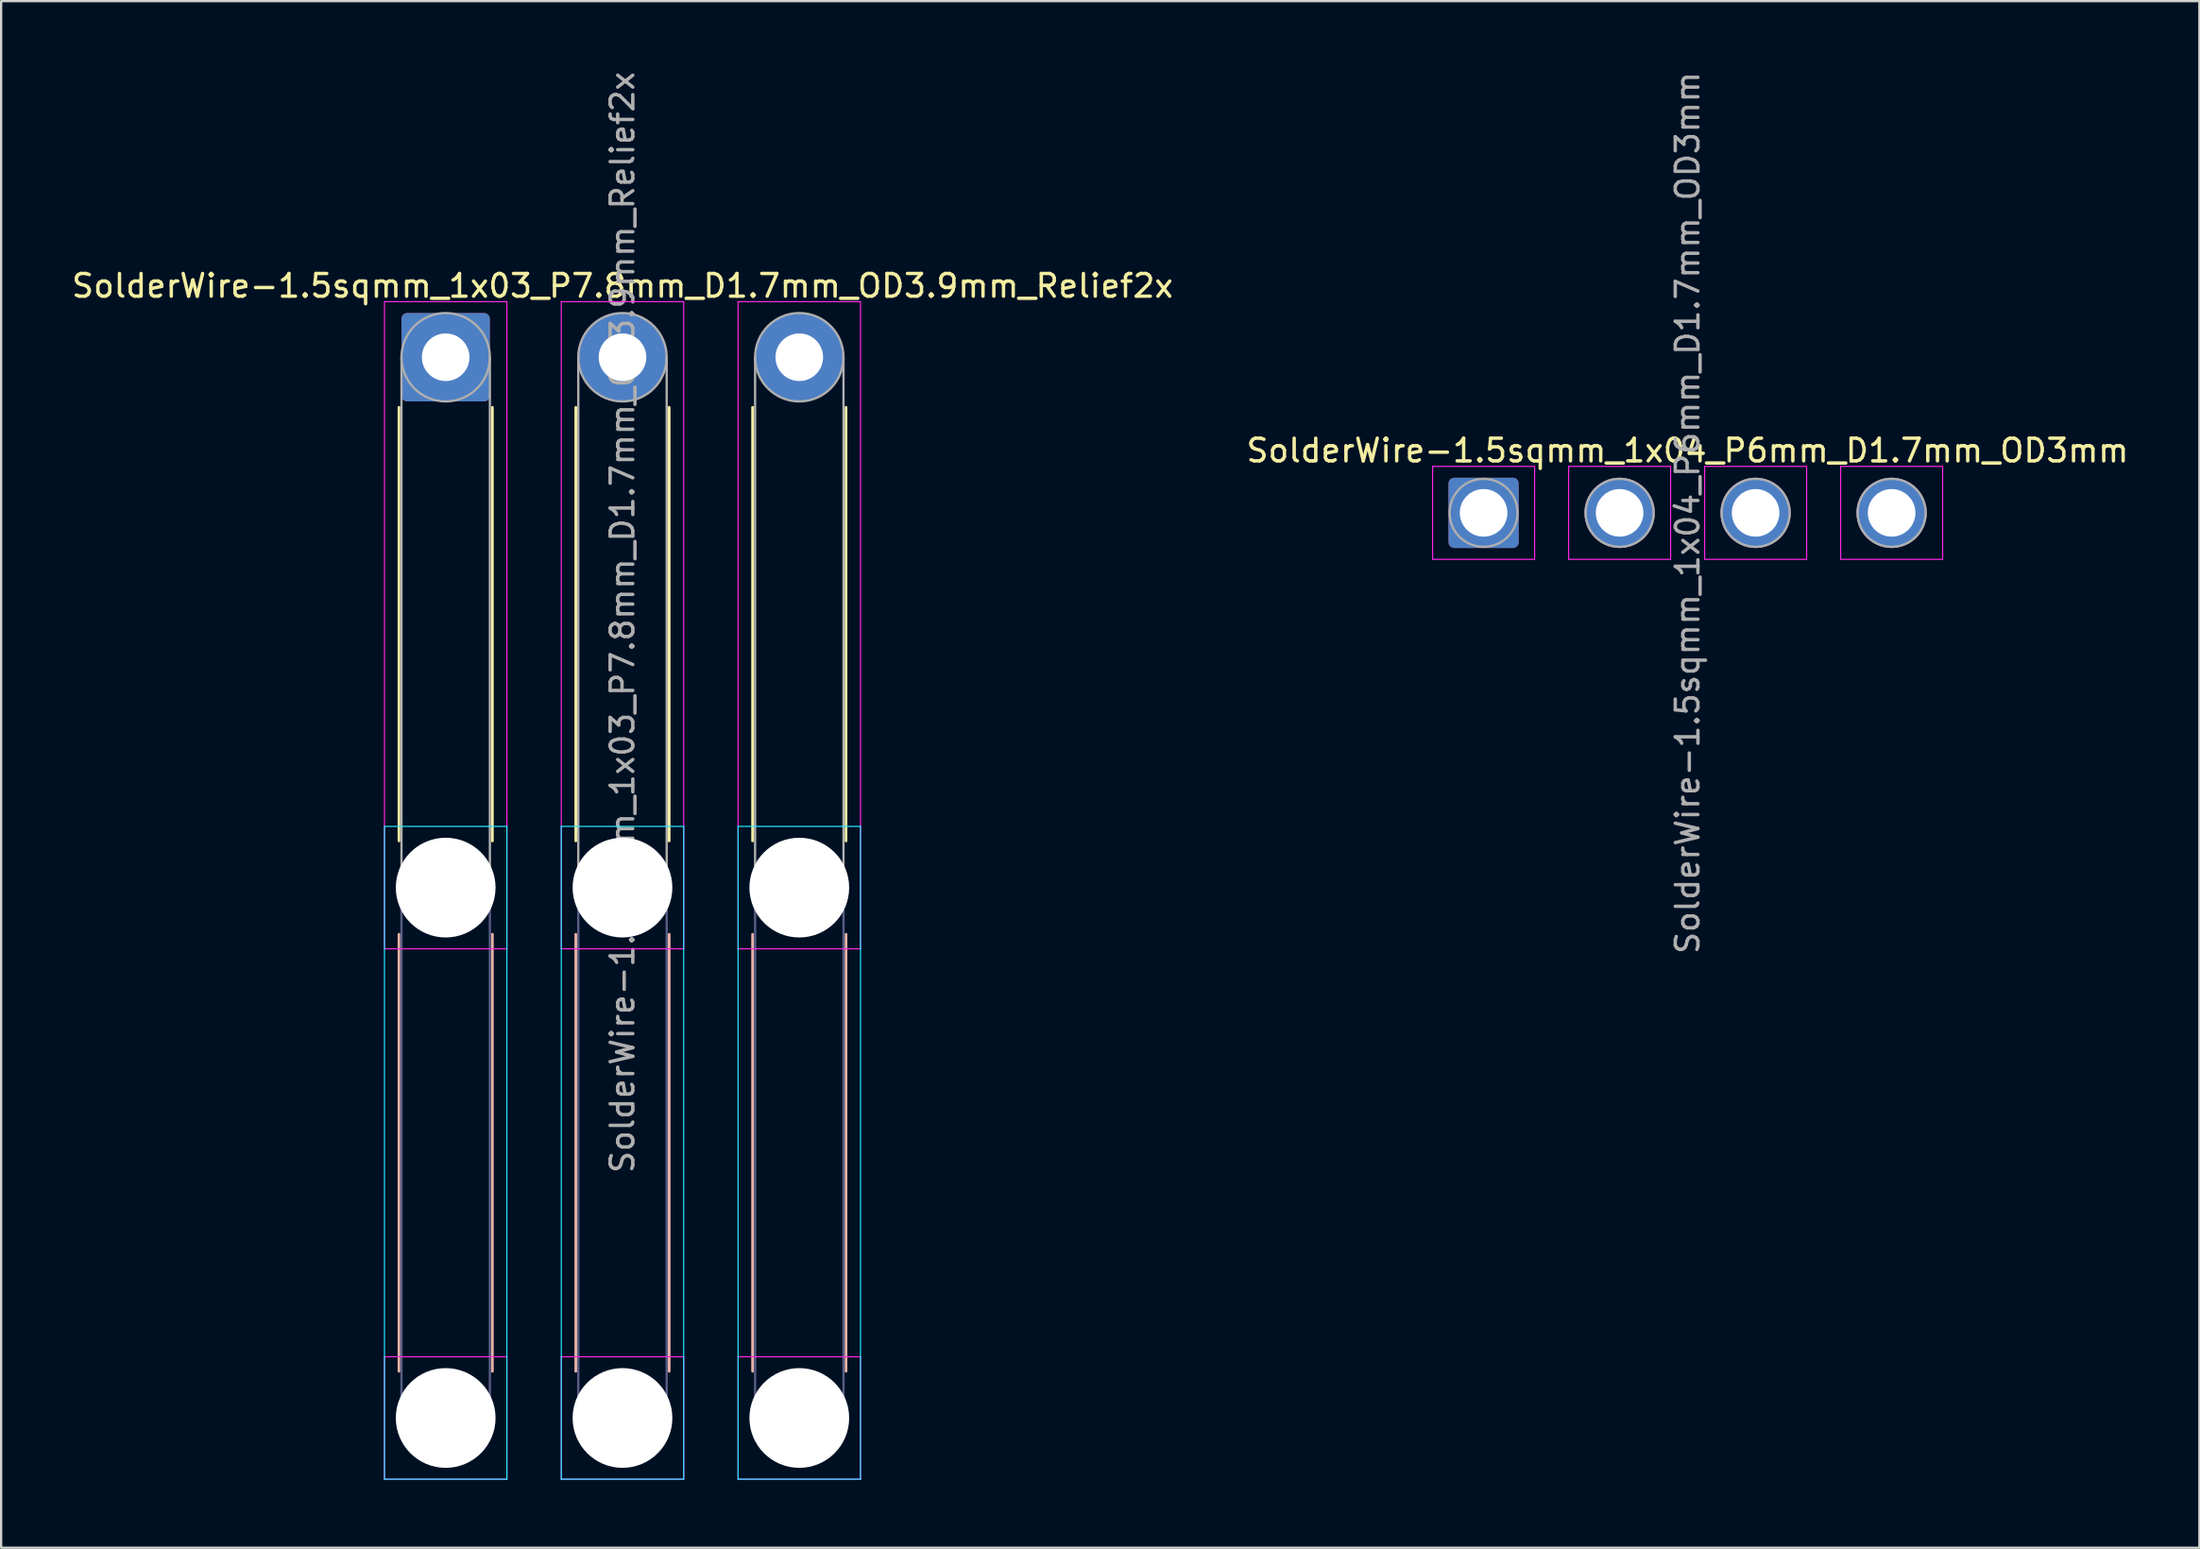
<source format=kicad_pcb>
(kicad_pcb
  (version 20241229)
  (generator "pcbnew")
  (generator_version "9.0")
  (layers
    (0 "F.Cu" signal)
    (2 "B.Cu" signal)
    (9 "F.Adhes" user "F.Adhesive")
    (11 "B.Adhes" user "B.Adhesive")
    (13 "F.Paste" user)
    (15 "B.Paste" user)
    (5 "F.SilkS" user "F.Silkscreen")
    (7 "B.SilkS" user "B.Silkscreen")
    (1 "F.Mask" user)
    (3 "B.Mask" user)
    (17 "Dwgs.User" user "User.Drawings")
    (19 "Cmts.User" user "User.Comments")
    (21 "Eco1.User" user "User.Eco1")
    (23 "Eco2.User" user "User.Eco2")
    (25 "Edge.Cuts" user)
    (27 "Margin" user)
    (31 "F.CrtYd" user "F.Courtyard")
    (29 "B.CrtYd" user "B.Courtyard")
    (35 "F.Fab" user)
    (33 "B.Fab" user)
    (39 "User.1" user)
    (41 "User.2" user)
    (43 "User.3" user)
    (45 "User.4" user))
  (footprint "SolderWire-1.5sqmm_1x04_P6mm_D1.7mm_OD3mm"
    (layer "F.Cu")
    (at 62.399 19.577)
    (property "Reference" "SolderWire-1.5sqmm_1x04_P6mm_D1.7mm_OD3mm" (at 9 -2.75 0) (layer "F.SilkS") (effects (font (size 1 1) (thickness 0.15))))
    (attr exclude_from_pos_files exclude_from_bom)
    (fp_line (start -2.25 -2.05) (end -2.25 2.05) (stroke (width 0.05) (type solid)) (layer "F.CrtYd"))
    (fp_line (start -2.25 2.05) (end 2.25 2.05) (stroke (width 0.05) (type solid)) (layer "F.CrtYd"))
    (fp_line (start 2.25 -2.05) (end -2.25 -2.05) (stroke (width 0.05) (type solid)) (layer "F.CrtYd"))
    (fp_line (start 2.25 2.05) (end 2.25 -2.05) (stroke (width 0.05) (type solid)) (layer "F.CrtYd"))
    (fp_line (start 3.75 -2.05) (end 3.75 2.05) (stroke (width 0.05) (type solid)) (layer "F.CrtYd"))
    (fp_line (start 3.75 2.05) (end 8.25 2.05) (stroke (width 0.05) (type solid)) (layer "F.CrtYd"))
    (fp_line (start 8.25 -2.05) (end 3.75 -2.05) (stroke (width 0.05) (type solid)) (layer "F.CrtYd"))
    (fp_line (start 8.25 2.05) (end 8.25 -2.05) (stroke (width 0.05) (type solid)) (layer "F.CrtYd"))
    (fp_line (start 9.75 -2.05) (end 9.75 2.05) (stroke (width 0.05) (type solid)) (layer "F.CrtYd"))
    (fp_line (start 9.75 2.05) (end 14.25 2.05) (stroke (width 0.05) (type solid)) (layer "F.CrtYd"))
    (fp_line (start 14.25 -2.05) (end 9.75 -2.05) (stroke (width 0.05) (type solid)) (layer "F.CrtYd"))
    (fp_line (start 14.25 2.05) (end 14.25 -2.05) (stroke (width 0.05) (type solid)) (layer "F.CrtYd"))
    (fp_line (start 15.75 -2.05) (end 15.75 2.05) (stroke (width 0.05) (type solid)) (layer "F.CrtYd"))
    (fp_line (start 15.75 2.05) (end 20.25 2.05) (stroke (width 0.05) (type solid)) (layer "F.CrtYd"))
    (fp_line (start 20.25 -2.05) (end 15.75 -2.05) (stroke (width 0.05) (type solid)) (layer "F.CrtYd"))
    (fp_line (start 20.25 2.05) (end 20.25 -2.05) (stroke (width 0.05) (type solid)) (layer "F.CrtYd"))
    (fp_circle (center 0 0) (end 1.5 0) (stroke (width 0.1) (type solid)) (fill no) (layer "F.Fab"))
    (fp_circle (center 6 0) (end 7.5 0) (stroke (width 0.1) (type solid)) (fill no) (layer "F.Fab"))
    (fp_circle (center 12 0) (end 13.5 0) (stroke (width 0.1) (type solid)) (fill no) (layer "F.Fab"))
    (fp_circle (center 18 0) (end 19.5 0) (stroke (width 0.1) (type solid)) (fill no) (layer "F.Fab"))
    (fp_text user "${REFERENCE}" (at 9 0 90) (layer "F.Fab") (effects (font (size 1 1) (thickness 0.15))))
    (pad "1" thru_hole roundrect (at 0 0) (size 3.1 3.1) (drill 2.1) (layers "*.Cu" "*.Mask") (roundrect_rratio 0.081))
    (pad "2" thru_hole circle (at 6 0) (size 3.1 3.1) (drill 2.1) (layers "*.Cu" "*.Mask"))
    (pad "3" thru_hole circle (at 12 0) (size 3.1 3.1) (drill 2.1) (layers "*.Cu" "*.Mask"))
    (pad "4" thru_hole circle (at 18 0) (size 3.1 3.1) (drill 2.1) (layers "*.Cu" "*.Mask")))
  (footprint "SolderWire-1.5sqmm_1x03_P7.8mm_D1.7mm_OD3.9mm_Relief2x"
    (layer "F.Cu")
    (at 16.611 12.711)
    (property "Reference" "SolderWire-1.5sqmm_1x03_P7.8mm_D1.7mm_OD3.9mm_Relief2x" (at 7.8 -3.15 0) (layer "F.SilkS") (effects (font (size 1 1) (thickness 0.15))))
    (attr exclude_from_pos_files exclude_from_bom)
    (fp_line (start -2.06 2.21) (end -2.06 21.34) (stroke (width 0.12) (type solid)) (layer "F.SilkS"))
    (fp_line (start 2.06 2.21) (end 2.06 21.34) (stroke (width 0.12) (type solid)) (layer "F.SilkS"))
    (fp_line (start 5.74 2.21) (end 5.74 21.34) (stroke (width 0.12) (type solid)) (layer "F.SilkS"))
    (fp_line (start 9.86 2.21) (end 9.86 21.34) (stroke (width 0.12) (type solid)) (layer "F.SilkS"))
    (fp_line (start 13.54 2.21) (end 13.54 21.34) (stroke (width 0.12) (type solid)) (layer "F.SilkS"))
    (fp_line (start 17.66 2.21) (end 17.66 21.34) (stroke (width 0.12) (type solid)) (layer "F.SilkS"))
    (fp_line (start -2.06 25.46) (end -2.06 44.74) (stroke (width 0.12) (type solid)) (layer "B.SilkS"))
    (fp_line (start 2.06 25.46) (end 2.06 44.74) (stroke (width 0.12) (type solid)) (layer "B.SilkS"))
    (fp_line (start 5.74 25.46) (end 5.74 44.74) (stroke (width 0.12) (type solid)) (layer "B.SilkS"))
    (fp_line (start 9.86 25.46) (end 9.86 44.74) (stroke (width 0.12) (type solid)) (layer "B.SilkS"))
    (fp_line (start 13.54 25.46) (end 13.54 44.74) (stroke (width 0.12) (type solid)) (layer "B.SilkS"))
    (fp_line (start 17.66 25.46) (end 17.66 44.74) (stroke (width 0.12) (type solid)) (layer "B.SilkS"))
    (fp_line (start -2.7 20.7) (end -2.7 49.5) (stroke (width 0.05) (type solid)) (layer "B.CrtYd"))
    (fp_line (start -2.7 49.5) (end 2.7 49.5) (stroke (width 0.05) (type solid)) (layer "B.CrtYd"))
    (fp_line (start 2.7 20.7) (end -2.7 20.7) (stroke (width 0.05) (type solid)) (layer "B.CrtYd"))
    (fp_line (start 2.7 49.5) (end 2.7 20.7) (stroke (width 0.05) (type solid)) (layer "B.CrtYd"))
    (fp_line (start 5.1 20.7) (end 5.1 49.5) (stroke (width 0.05) (type solid)) (layer "B.CrtYd"))
    (fp_line (start 5.1 49.5) (end 10.5 49.5) (stroke (width 0.05) (type solid)) (layer "B.CrtYd"))
    (fp_line (start 10.5 20.7) (end 5.1 20.7) (stroke (width 0.05) (type solid)) (layer "B.CrtYd"))
    (fp_line (start 10.5 49.5) (end 10.5 20.7) (stroke (width 0.05) (type solid)) (layer "B.CrtYd"))
    (fp_line (start 12.9 20.7) (end 12.9 49.5) (stroke (width 0.05) (type solid)) (layer "B.CrtYd"))
    (fp_line (start 12.9 49.5) (end 18.3 49.5) (stroke (width 0.05) (type solid)) (layer "B.CrtYd"))
    (fp_line (start 18.3 20.7) (end 12.9 20.7) (stroke (width 0.05) (type solid)) (layer "B.CrtYd"))
    (fp_line (start 18.3 49.5) (end 18.3 20.7) (stroke (width 0.05) (type solid)) (layer "B.CrtYd"))
    (fp_line (start -2.7 -2.45) (end -2.7 26.1) (stroke (width 0.05) (type solid)) (layer "F.CrtYd"))
    (fp_line (start -2.7 26.1) (end 2.7 26.1) (stroke (width 0.05) (type solid)) (layer "F.CrtYd"))
    (fp_line (start -2.7 44.1) (end -2.7 49.5) (stroke (width 0.05) (type solid)) (layer "F.CrtYd"))
    (fp_line (start -2.7 49.5) (end 2.7 49.5) (stroke (width 0.05) (type solid)) (layer "F.CrtYd"))
    (fp_line (start 2.7 -2.45) (end -2.7 -2.45) (stroke (width 0.05) (type solid)) (layer "F.CrtYd"))
    (fp_line (start 2.7 26.1) (end 2.7 -2.45) (stroke (width 0.05) (type solid)) (layer "F.CrtYd"))
    (fp_line (start 2.7 44.1) (end -2.7 44.1) (stroke (width 0.05) (type solid)) (layer "F.CrtYd"))
    (fp_line (start 2.7 49.5) (end 2.7 44.1) (stroke (width 0.05) (type solid)) (layer "F.CrtYd"))
    (fp_line (start 5.1 -2.45) (end 5.1 26.1) (stroke (width 0.05) (type solid)) (layer "F.CrtYd"))
    (fp_line (start 5.1 26.1) (end 10.5 26.1) (stroke (width 0.05) (type solid)) (layer "F.CrtYd"))
    (fp_line (start 5.1 44.1) (end 5.1 49.5) (stroke (width 0.05) (type solid)) (layer "F.CrtYd"))
    (fp_line (start 5.1 49.5) (end 10.5 49.5) (stroke (width 0.05) (type solid)) (layer "F.CrtYd"))
    (fp_line (start 10.5 -2.45) (end 5.1 -2.45) (stroke (width 0.05) (type solid)) (layer "F.CrtYd"))
    (fp_line (start 10.5 26.1) (end 10.5 -2.45) (stroke (width 0.05) (type solid)) (layer "F.CrtYd"))
    (fp_line (start 10.5 44.1) (end 5.1 44.1) (stroke (width 0.05) (type solid)) (layer "F.CrtYd"))
    (fp_line (start 10.5 49.5) (end 10.5 44.1) (stroke (width 0.05) (type solid)) (layer "F.CrtYd"))
    (fp_line (start 12.9 -2.45) (end 12.9 26.1) (stroke (width 0.05) (type solid)) (layer "F.CrtYd"))
    (fp_line (start 12.9 26.1) (end 18.3 26.1) (stroke (width 0.05) (type solid)) (layer "F.CrtYd"))
    (fp_line (start 12.9 44.1) (end 12.9 49.5) (stroke (width 0.05) (type solid)) (layer "F.CrtYd"))
    (fp_line (start 12.9 49.5) (end 18.3 49.5) (stroke (width 0.05) (type solid)) (layer "F.CrtYd"))
    (fp_line (start 18.3 -2.45) (end 12.9 -2.45) (stroke (width 0.05) (type solid)) (layer "F.CrtYd"))
    (fp_line (start 18.3 26.1) (end 18.3 -2.45) (stroke (width 0.05) (type solid)) (layer "F.CrtYd"))
    (fp_line (start 18.3 44.1) (end 12.9 44.1) (stroke (width 0.05) (type solid)) (layer "F.CrtYd"))
    (fp_line (start 18.3 49.5) (end 18.3 44.1) (stroke (width 0.05) (type solid)) (layer "F.CrtYd"))
    (fp_line (start -1.95 23.4) (end -1.95 46.8) (stroke (width 0.1) (type solid)) (layer "B.Fab"))
    (fp_line (start 1.95 23.4) (end 1.95 46.8) (stroke (width 0.1) (type solid)) (layer "B.Fab"))
    (fp_line (start 5.85 23.4) (end 5.85 46.8) (stroke (width 0.1) (type solid)) (layer "B.Fab"))
    (fp_line (start 9.75 23.4) (end 9.75 46.8) (stroke (width 0.1) (type solid)) (layer "B.Fab"))
    (fp_line (start 13.65 23.4) (end 13.65 46.8) (stroke (width 0.1) (type solid)) (layer "B.Fab"))
    (fp_line (start 17.55 23.4) (end 17.55 46.8) (stroke (width 0.1) (type solid)) (layer "B.Fab"))
    (fp_circle (center 0 23.4) (end 1.95 23.4) (stroke (width 0.1) (type solid)) (fill no) (layer "B.Fab"))
    (fp_circle (center 0 46.8) (end 1.95 46.8) (stroke (width 0.1) (type solid)) (fill no) (layer "B.Fab"))
    (fp_circle (center 7.8 23.4) (end 9.75 23.4) (stroke (width 0.1) (type solid)) (fill no) (layer "B.Fab"))
    (fp_circle (center 7.8 46.8) (end 9.75 46.8) (stroke (width 0.1) (type solid)) (fill no) (layer "B.Fab"))
    (fp_circle (center 15.6 23.4) (end 17.55 23.4) (stroke (width 0.1) (type solid)) (fill no) (layer "B.Fab"))
    (fp_circle (center 15.6 46.8) (end 17.55 46.8) (stroke (width 0.1) (type solid)) (fill no) (layer "B.Fab"))
    (fp_line (start -1.95 0) (end -1.95 23.4) (stroke (width 0.1) (type solid)) (layer "F.Fab"))
    (fp_line (start 1.95 0) (end 1.95 23.4) (stroke (width 0.1) (type solid)) (layer "F.Fab"))
    (fp_line (start 5.85 0) (end 5.85 23.4) (stroke (width 0.1) (type solid)) (layer "F.Fab"))
    (fp_line (start 9.75 0) (end 9.75 23.4) (stroke (width 0.1) (type solid)) (layer "F.Fab"))
    (fp_line (start 13.65 0) (end 13.65 23.4) (stroke (width 0.1) (type solid)) (layer "F.Fab"))
    (fp_line (start 17.55 0) (end 17.55 23.4) (stroke (width 0.1) (type solid)) (layer "F.Fab"))
    (fp_circle (center 0 0) (end 1.95 0) (stroke (width 0.1) (type solid)) (fill no) (layer "F.Fab"))
    (fp_circle (center 0 23.4) (end 1.95 23.4) (stroke (width 0.1) (type solid)) (fill no) (layer "F.Fab"))
    (fp_circle (center 0 46.8) (end 1.95 46.8) (stroke (width 0.1) (type solid)) (fill no) (layer "F.Fab"))
    (fp_circle (center 7.8 0) (end 9.75 0) (stroke (width 0.1) (type solid)) (fill no) (layer "F.Fab"))
    (fp_circle (center 7.8 23.4) (end 9.75 23.4) (stroke (width 0.1) (type solid)) (fill no) (layer "F.Fab"))
    (fp_circle (center 7.8 46.8) (end 9.75 46.8) (stroke (width 0.1) (type solid)) (fill no) (layer "F.Fab"))
    (fp_circle (center 15.6 0) (end 17.55 0) (stroke (width 0.1) (type solid)) (fill no) (layer "F.Fab"))
    (fp_circle (center 15.6 23.4) (end 17.55 23.4) (stroke (width 0.1) (type solid)) (fill no) (layer "F.Fab"))
    (fp_circle (center 15.6 46.8) (end 17.55 46.8) (stroke (width 0.1) (type solid)) (fill no) (layer "F.Fab"))
    (fp_text user "${REFERENCE}" (at 7.8 11.7 90) (layer "F.Fab") (effects (font (size 1 1) (thickness 0.15))))
    (pad "" np_thru_hole circle (at 0 23.4) (size 4.4 4.4) (drill 4.4) (layers "*.Cu" "*.Mask"))
    (pad "" np_thru_hole circle (at 0 46.8) (size 4.4 4.4) (drill 4.4) (layers "*.Cu" "*.Mask"))
    (pad "" np_thru_hole circle (at 7.8 23.4) (size 4.4 4.4) (drill 4.4) (layers "*.Cu" "*.Mask"))
    (pad "" np_thru_hole circle (at 7.8 46.8) (size 4.4 4.4) (drill 4.4) (layers "*.Cu" "*.Mask"))
    (pad "" np_thru_hole circle (at 15.6 23.4) (size 4.4 4.4) (drill 4.4) (layers "*.Cu" "*.Mask"))
    (pad "" np_thru_hole circle (at 15.6 46.8) (size 4.4 4.4) (drill 4.4) (layers "*.Cu" "*.Mask"))
    (pad "1" thru_hole roundrect (at 0 0) (size 3.9 3.9) (drill 2.1) (layers "*.Cu" "*.Mask") (roundrect_rratio 0.064))
    (pad "2" thru_hole circle (at 7.8 0) (size 3.9 3.9) (drill 2.1) (layers "*.Cu" "*.Mask"))
    (pad "3" thru_hole circle (at 15.6 0) (size 3.9 3.9) (drill 2.1) (layers "*.Cu" "*.Mask")))
  (gr_rect
    (start -3 -3)
    (end 93.976 65.236)
    (stroke (width 0.1) (type default))
    (fill no)
    (layer "Edge.Cuts")))
</source>
